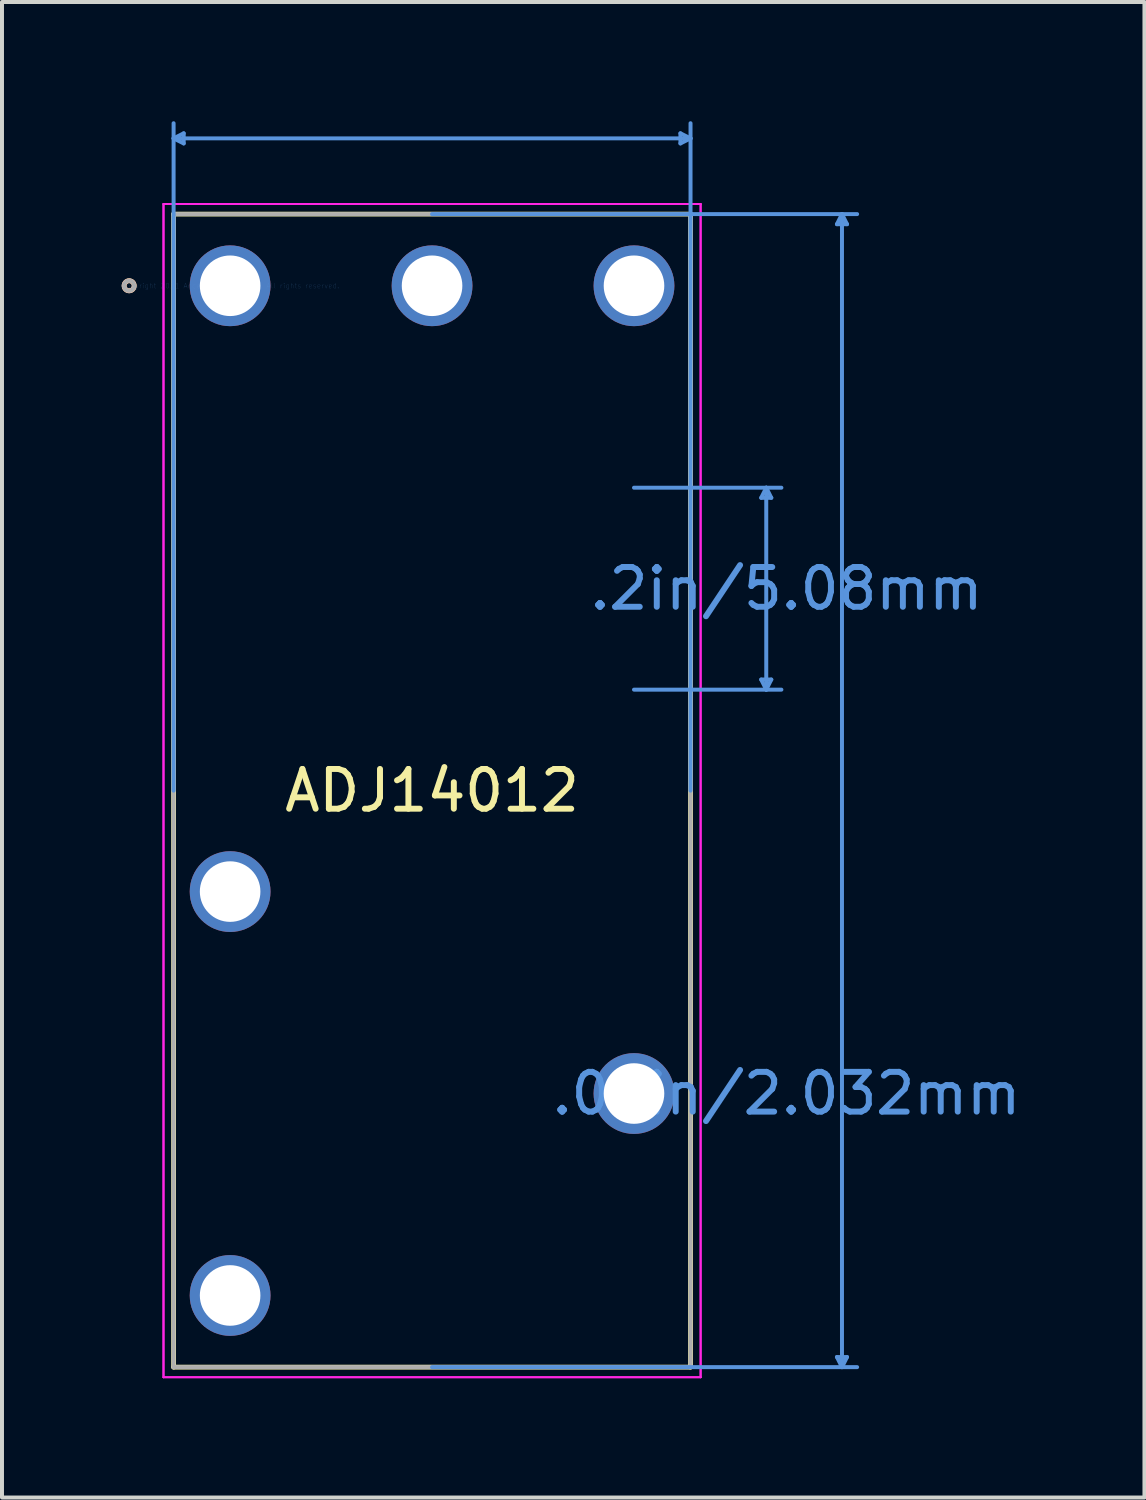
<source format=kicad_pcb>
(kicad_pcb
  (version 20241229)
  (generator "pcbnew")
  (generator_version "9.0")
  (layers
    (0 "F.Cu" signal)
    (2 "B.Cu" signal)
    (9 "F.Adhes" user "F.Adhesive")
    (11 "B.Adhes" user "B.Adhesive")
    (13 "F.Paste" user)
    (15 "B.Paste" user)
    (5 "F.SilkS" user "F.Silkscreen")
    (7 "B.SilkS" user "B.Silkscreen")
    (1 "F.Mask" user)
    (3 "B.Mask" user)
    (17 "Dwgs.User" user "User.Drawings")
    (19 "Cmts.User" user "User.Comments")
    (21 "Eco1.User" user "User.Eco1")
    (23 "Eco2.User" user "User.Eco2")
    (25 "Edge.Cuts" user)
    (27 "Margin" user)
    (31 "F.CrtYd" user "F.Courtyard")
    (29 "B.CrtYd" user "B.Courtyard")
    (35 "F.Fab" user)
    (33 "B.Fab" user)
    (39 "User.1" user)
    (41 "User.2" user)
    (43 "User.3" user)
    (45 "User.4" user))
  (footprint "ADJ14012"
    (layer "F.Cu")
    (at 2.739 4.139)
    (property "Reference" "ADJ14012" (at 5.08 12.7 0) (layer "F.SilkS") (effects (font (size 1 1) (thickness 0.15))))
    (attr through_hole)
    (fp_line (start -1.422 -1.803) (end -1.422 27.203) (stroke (width 0.12) (type solid)) (layer "F.SilkS"))
    (fp_line (start -1.422 27.203) (end 11.582 27.203) (stroke (width 0.12) (type solid)) (layer "F.SilkS"))
    (fp_line (start 11.582 -1.803) (end -1.422 -1.803) (stroke (width 0.12) (type solid)) (layer "F.SilkS"))
    (fp_line (start 11.582 27.203) (end 11.582 -1.803) (stroke (width 0.12) (type solid)) (layer "F.SilkS"))
    (fp_circle (center -2.54 0) (end -2.413 0) (stroke (width 0.12) (type solid)) (fill no) (layer "F.SilkS"))
    (fp_circle (center -2.54 0) (end -2.413 0) (stroke (width 0.12) (type solid)) (fill no) (layer "B.SilkS"))
    (fp_line (start -1.422 -3.708) (end -1.168 -3.835) (stroke (width 0.1) (type solid)) (layer "Cmts.User"))
    (fp_line (start -1.422 -3.708) (end -1.168 -3.581) (stroke (width 0.1) (type solid)) (layer "Cmts.User"))
    (fp_line (start -1.422 -3.708) (end 11.582 -3.708) (stroke (width 0.1) (type solid)) (layer "Cmts.User"))
    (fp_line (start -1.422 12.7) (end -1.422 -4.089) (stroke (width 0.1) (type solid)) (layer "Cmts.User"))
    (fp_line (start -1.168 -3.835) (end -1.168 -3.581) (stroke (width 0.1) (type solid)) (layer "Cmts.User"))
    (fp_line (start 5.08 -1.803) (end 15.773 -1.803) (stroke (width 0.1) (type solid)) (layer "Cmts.User"))
    (fp_line (start 5.08 27.203) (end 15.773 27.203) (stroke (width 0.1) (type solid)) (layer "Cmts.User"))
    (fp_line (start 10.16 5.08) (end 13.868 5.08) (stroke (width 0.1) (type solid)) (layer "Cmts.User"))
    (fp_line (start 10.16 10.16) (end 13.868 10.16) (stroke (width 0.1) (type solid)) (layer "Cmts.User"))
    (fp_line (start 11.328 -3.835) (end 11.328 -3.581) (stroke (width 0.1) (type solid)) (layer "Cmts.User"))
    (fp_line (start 11.582 -3.708) (end 11.328 -3.835) (stroke (width 0.1) (type solid)) (layer "Cmts.User"))
    (fp_line (start 11.582 -3.708) (end 11.328 -3.581) (stroke (width 0.1) (type solid)) (layer "Cmts.User"))
    (fp_line (start 11.582 12.7) (end 11.582 -4.089) (stroke (width 0.1) (type solid)) (layer "Cmts.User"))
    (fp_line (start 13.36 5.334) (end 13.614 5.334) (stroke (width 0.1) (type solid)) (layer "Cmts.User"))
    (fp_line (start 13.36 9.906) (end 13.614 9.906) (stroke (width 0.1) (type solid)) (layer "Cmts.User"))
    (fp_line (start 13.487 5.08) (end 13.36 5.334) (stroke (width 0.1) (type solid)) (layer "Cmts.User"))
    (fp_line (start 13.487 5.08) (end 13.487 10.16) (stroke (width 0.1) (type solid)) (layer "Cmts.User"))
    (fp_line (start 13.487 5.08) (end 13.614 5.334) (stroke (width 0.1) (type solid)) (layer "Cmts.User"))
    (fp_line (start 13.487 10.16) (end 13.36 9.906) (stroke (width 0.1) (type solid)) (layer "Cmts.User"))
    (fp_line (start 13.487 10.16) (end 13.614 9.906) (stroke (width 0.1) (type solid)) (layer "Cmts.User"))
    (fp_line (start 15.265 -1.549) (end 15.519 -1.549) (stroke (width 0.1) (type solid)) (layer "Cmts.User"))
    (fp_line (start 15.265 26.949) (end 15.519 26.949) (stroke (width 0.1) (type solid)) (layer "Cmts.User"))
    (fp_line (start 15.392 -1.803) (end 15.265 -1.549) (stroke (width 0.1) (type solid)) (layer "Cmts.User"))
    (fp_line (start 15.392 -1.803) (end 15.392 27.203) (stroke (width 0.1) (type solid)) (layer "Cmts.User"))
    (fp_line (start 15.392 -1.803) (end 15.519 -1.549) (stroke (width 0.1) (type solid)) (layer "Cmts.User"))
    (fp_line (start 15.392 27.203) (end 15.265 26.949) (stroke (width 0.1) (type solid)) (layer "Cmts.User"))
    (fp_line (start 15.392 27.203) (end 15.519 26.949) (stroke (width 0.1) (type solid)) (layer "Cmts.User"))
    (fp_line (start -1.676 -2.057) (end 11.836 -2.057) (stroke (width 0.05) (type solid)) (layer "F.CrtYd"))
    (fp_line (start -1.676 -2.057) (end 11.836 -2.057) (stroke (width 0.05) (type solid)) (layer "F.CrtYd"))
    (fp_line (start -1.676 27.457) (end -1.676 -2.057) (stroke (width 0.05) (type solid)) (layer "F.CrtYd"))
    (fp_line (start -1.676 27.457) (end -1.676 -2.057) (stroke (width 0.05) (type solid)) (layer "F.CrtYd"))
    (fp_line (start 11.836 -2.057) (end 11.836 27.457) (stroke (width 0.05) (type solid)) (layer "F.CrtYd"))
    (fp_line (start 11.836 -2.057) (end 11.836 27.457) (stroke (width 0.05) (type solid)) (layer "F.CrtYd"))
    (fp_line (start 11.836 27.457) (end -1.676 27.457) (stroke (width 0.05) (type solid)) (layer "F.CrtYd"))
    (fp_line (start 11.836 27.457) (end -1.676 27.457) (stroke (width 0.05) (type solid)) (layer "F.CrtYd"))
    (fp_line (start -1.422 -1.803) (end -1.422 27.203) (stroke (width 0.1) (type solid)) (layer "F.Fab"))
    (fp_line (start -1.422 27.203) (end 11.582 27.203) (stroke (width 0.1) (type solid)) (layer "F.Fab"))
    (fp_line (start 11.582 -1.803) (end -1.422 -1.803) (stroke (width 0.1) (type solid)) (layer "F.Fab"))
    (fp_line (start 11.582 27.203) (end 11.582 -1.803) (stroke (width 0.1) (type solid)) (layer "F.Fab"))
    (fp_circle (center -2.54 0) (end -2.413 0) (stroke (width 0.1) (type solid)) (fill no) (layer "F.Fab"))
    (fp_text user "*" (at 0 0 0) (layer "F.SilkS") (effects (font (size 1 1) (thickness 0.15))))
    (fp_text user ".2in/5.08mm" (at 13.995 7.62 0) (layer "Cmts.User") (effects (font (size 1 1) (thickness 0.15))))
    (fp_text user ".08in/2.032mm" (at 13.995 20.32 0) (layer "Cmts.User") (effects (font (size 1 1) (thickness 0.15))))
    (fp_text user "Copyright 2021 Accelerated Designs. All rights reserved." (at 0 0 0) (layer "Cmts.User") (effects (font (size 0.127 0.127) (thickness 0.002))))
    (fp_text user "*" (at 0 0 0) (layer "F.Fab") (effects (font (size 1 1) (thickness 0.15))))
    (pad "1" thru_hole circle (at 0 0) (size 2.032 2.032) (drill 1.524) (layers "*.Cu" "*.Mask"))
    (pad "2" thru_hole circle (at 0 15.24) (size 2.032 2.032) (drill 1.524) (layers "*.Cu" "*.Mask"))
    (pad "4" thru_hole circle (at 0 25.4) (size 2.032 2.032) (drill 1.524) (layers "*.Cu" "*.Mask"))
    (pad "6" thru_hole circle (at 10.16 20.32) (size 2.032 2.032) (drill 1.524) (layers "*.Cu" "*.Mask"))
    (pad "8" thru_hole circle (at 10.16 0) (size 2.032 2.032) (drill 1.524) (layers "*.Cu" "*.Mask"))
    (pad "9" thru_hole circle (at 5.08 0) (size 2.032 2.032) (drill 1.524) (layers "*.Cu" "*.Mask")))
  (gr_rect
    (start -3 -3)
    (end 25.74 34.622)
    (stroke (width 0.1) (type default))
    (fill no)
    (layer "Edge.Cuts")))
</source>
